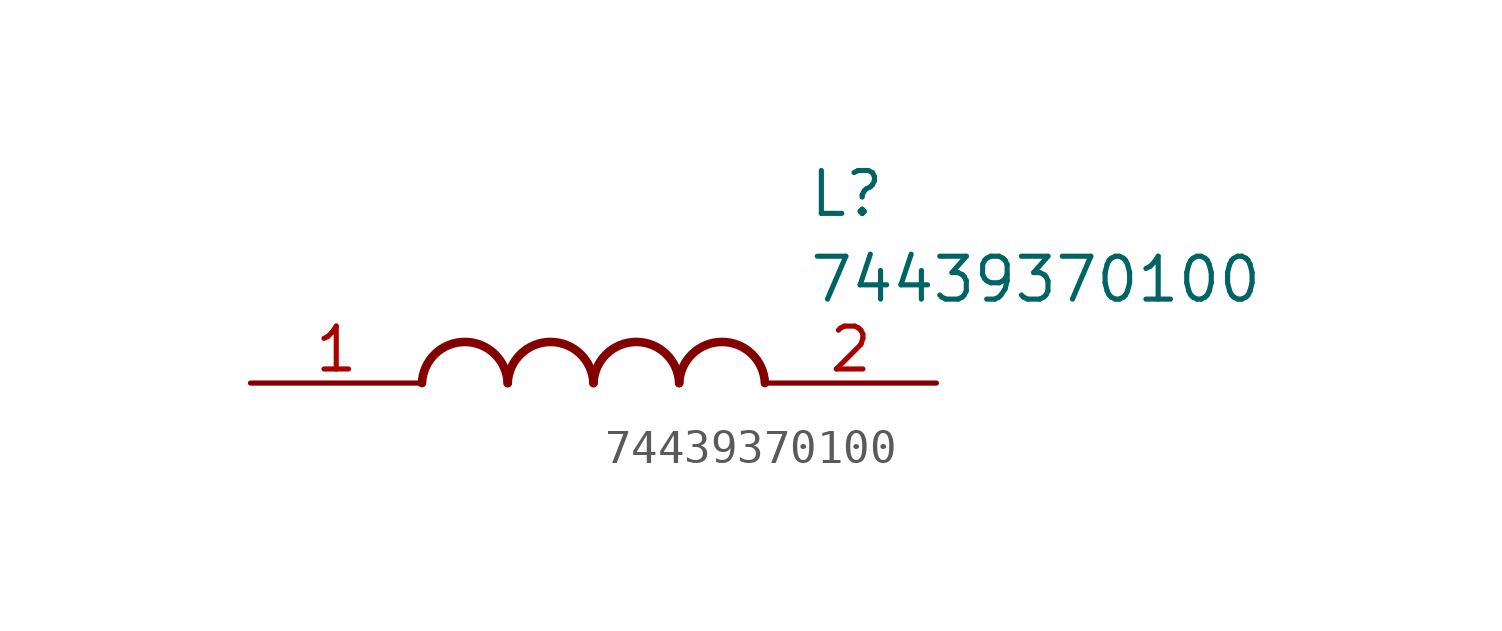
<source format=kicad_sym>
(kicad_symbol_lib
  (version 20211014)
  (generator SamacSys_ECAD_Model)
  (symbol "74439370100"
    (pin_names hide)
    (property "Reference" "L"
      (at 16.51 6.35 0)
      (effects (font (size 1.27 1.27)) (justify left top)))
    (property "Value" "74439370100"
      (at 16.51 3.81 0)
      (effects (font (size 1.27 1.27)) (justify left top)))
    (arc
      (start 7.62 0)
      (mid 6.35 1.219)
      (end 5.08 0)
      (stroke (width 0.254) (type default))
      (fill (type none)))
    (arc
      (start 10.16 0)
      (mid 8.89 1.219)
      (end 7.62 0)
      (stroke (width 0.254) (type default))
      (fill (type none)))
    (arc
      (start 12.7 0)
      (mid 11.43 1.219)
      (end 10.16 0)
      (stroke (width 0.254) (type default))
      (fill (type none)))
    (arc
      (start 15.24 0)
      (mid 13.97 1.219)
      (end 12.7 0)
      (stroke (width 0.254) (type default))
      (fill (type none)))
    (pin passive line
      (at 0 0 0)
      (length 5.08)
      (name "1" (effects (font (size 1.27 1.27))))
      (number "1" (effects (font (size 1.27 1.27)))))
    (pin passive line
      (at 20.32 0 180)
      (length 5.08)
      (name "2" (effects (font (size 1.27 1.27))))
      (number "2" (effects (font (size 1.27 1.27)))))))
</source>
